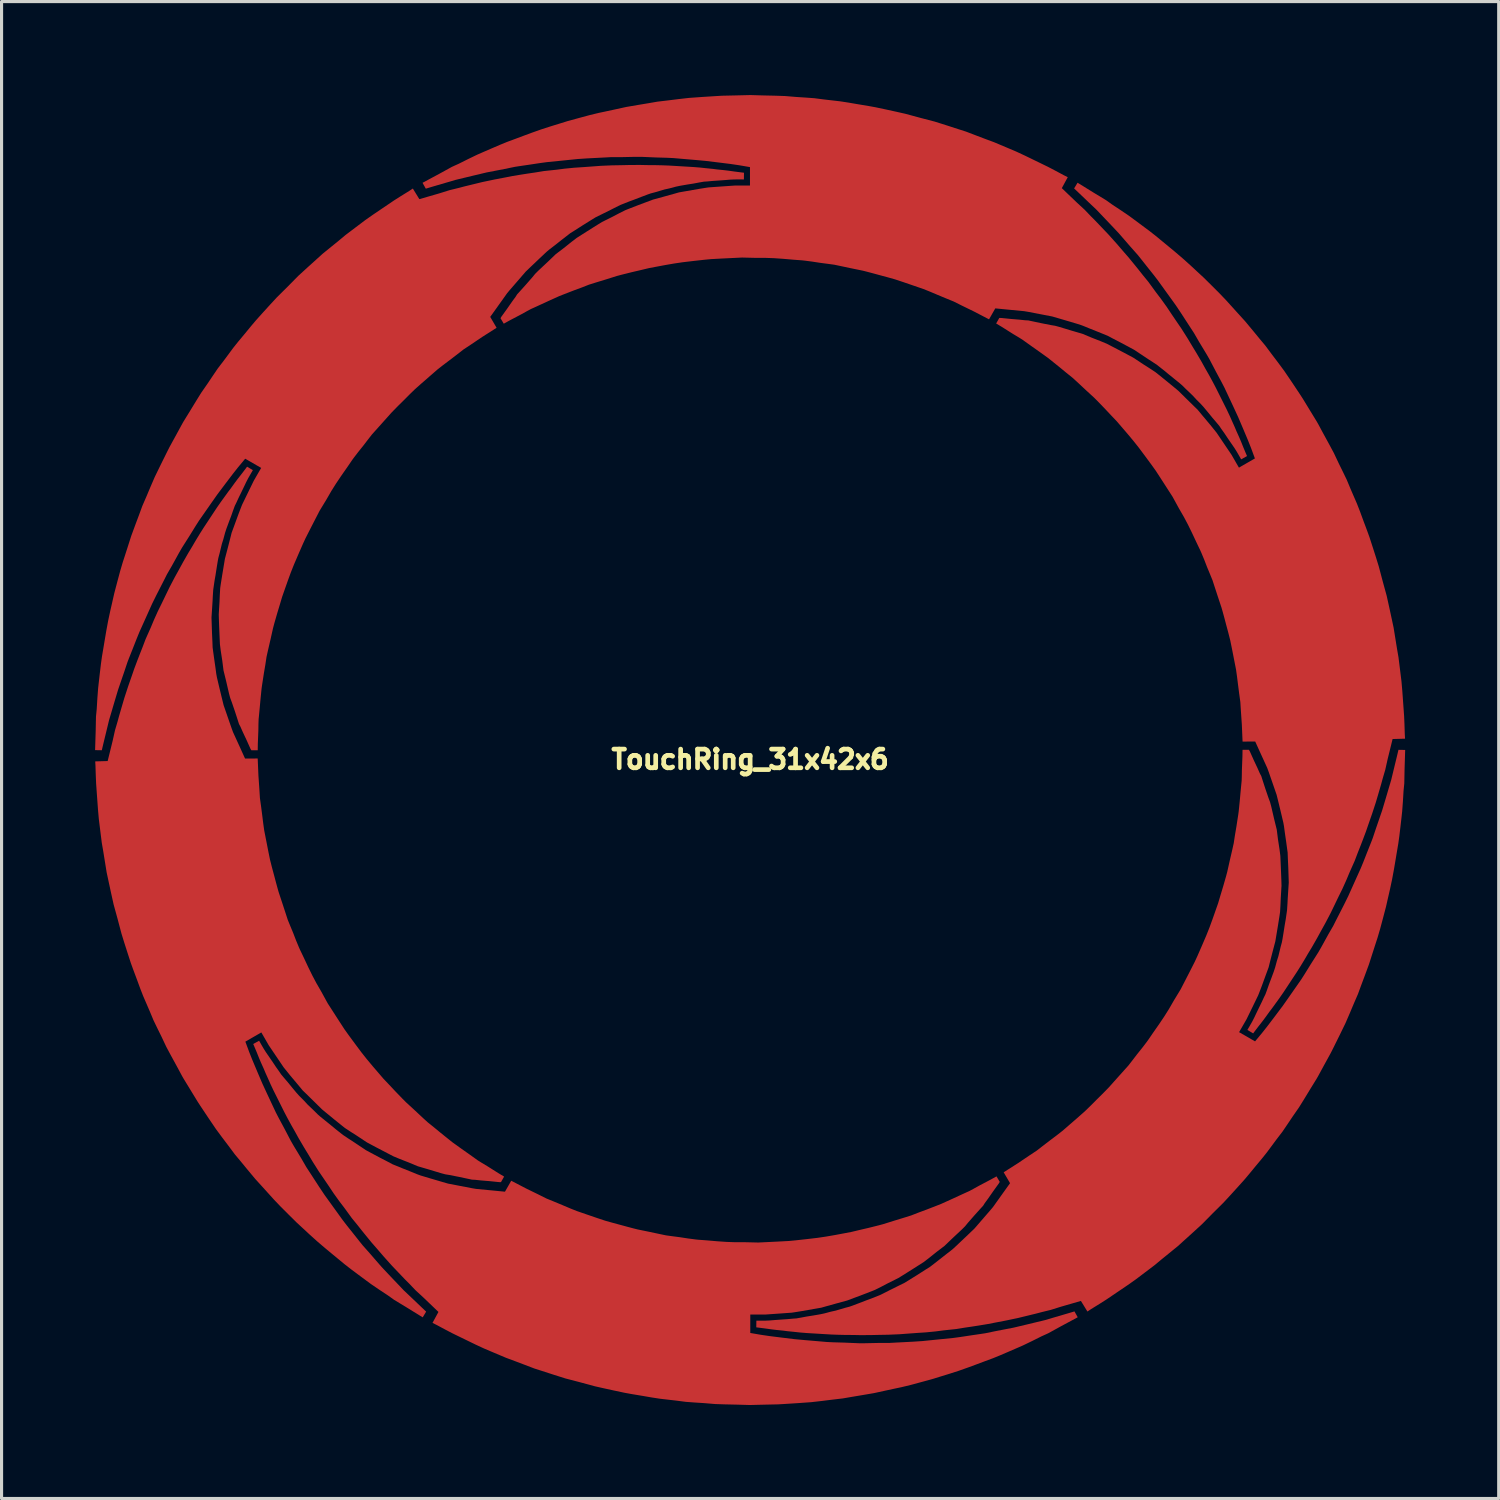
<source format=kicad_pcb>
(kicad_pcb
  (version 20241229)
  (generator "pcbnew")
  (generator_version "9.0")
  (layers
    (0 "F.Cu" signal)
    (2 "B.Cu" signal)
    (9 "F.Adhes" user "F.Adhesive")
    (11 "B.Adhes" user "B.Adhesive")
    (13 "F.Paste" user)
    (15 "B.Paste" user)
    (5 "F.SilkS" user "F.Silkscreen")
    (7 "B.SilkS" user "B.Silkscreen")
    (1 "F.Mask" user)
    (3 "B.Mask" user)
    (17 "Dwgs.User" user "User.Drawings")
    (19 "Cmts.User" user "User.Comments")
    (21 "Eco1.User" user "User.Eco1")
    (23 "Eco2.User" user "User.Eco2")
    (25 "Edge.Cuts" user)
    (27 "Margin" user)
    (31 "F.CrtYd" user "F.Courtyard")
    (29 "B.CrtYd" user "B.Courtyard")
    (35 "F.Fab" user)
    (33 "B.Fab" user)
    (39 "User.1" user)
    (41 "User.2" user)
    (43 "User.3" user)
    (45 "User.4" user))
  (footprint "TouchRing_31x42x6"
    (layer "F.Cu")
    (at 21.008 21.005)
    (property "Reference" "TouchRing_31x42x6" (at 0 0.3 0) (layer "F.SilkS") (effects (font (size 0.6 0.6) (thickness 0.15))))
    (attr through_hole)
    (pad "1" smd custom (at 4.49 -19.94) (size 1 1) (layers "F.Cu") (options (anchor circle)) (primitives (gr_poly (pts (xy -14.99 1.75) (xy -14.45 1.46) (xy -14.05 1.24) (xy -13.83 1.14) (xy -13.53 0.99) (xy -13.24 0.85) (xy -13.08 0.78) (xy -12.78 0.65) (xy -12.5 0.53) (xy -12.28 0.44) (xy -12.01 0.34) (xy -11.77 0.25) (xy -11.5 0.15) (xy -11.19 0.04) (xy -10.88 -0.06) (xy -10.62 -0.14) (xy -10.33 -0.23) (xy -10 -0.32) (xy -9.63 -0.42) (xy -9.34 -0.49) (xy -9.15 -0.53) (xy -8.78 -0.61) (xy -8.46 -0.68) (xy -8.05 -0.75) (xy -7.75 -0.8) (xy -7.46 -0.85) (xy -7.12 -0.89) (xy -6.8 -0.93) (xy -6.45 -0.97) (xy -6.03 -1) (xy -5.56 -1.03) (xy -5.39 -1.04) (xy -4.94 -1.05) (xy -4.53 -1.06) (xy -4.44 -1.06) (xy -4.1 -1.05) (xy -3.66 -1.04) (xy -3.37 -1.03) (xy -3.01 -1) (xy -2.7 -0.98) (xy -2.43 -0.96) (xy -2.12 -0.92) (xy -1.6 -0.86) (xy -1.34 -0.82) (xy -1.05 -0.77) (xy -0.69 -0.71) (xy -0.47 -0.67) (xy -0.14 -0.6) (xy 0.18 -0.53) (xy 0.49 -0.46) (xy 0.97 -0.33) (xy 1.43 -0.21) (xy 1.81 -0.09) (xy 2.18 0.03) (xy 2.43 0.11) (xy 2.77 0.24) (xy 3.06 0.35) (xy 3.33 0.45) (xy 3.71 0.61) (xy 4.04 0.75) (xy 4.32 0.88) (xy 4.67 1.05) (xy 5.06 1.24) (xy 5.29 1.36) (xy 5.57 1.51) (xy 5.69 1.57) (xy 5.5 1.92) (xy 5.98 2.38) (xy 6.24 2.62) (xy 6.44 2.83) (xy 6.57 2.96) (xy 6.78 3.18) (xy 6.99 3.4) (xy 7.25 3.69) (xy 7.5 3.98) (xy 7.64 4.14) (xy 7.82 4.36) (xy 7.95 4.52) (xy 8.1 4.71) (xy 8.28 4.93) (xy 8.52 5.26) (xy 8.68 5.47) (xy 8.86 5.72) (xy 9.02 5.96) (xy 9.19 6.21) (xy 9.34 6.43) (xy 9.53 6.73) (xy 9.68 6.98) (xy 9.82 7.21) (xy 9.99 7.5) (xy 10.1 7.7) (xy 10.22 7.91) (xy 10.34 8.13) (xy 10.44 8.32) (xy 10.56 8.56) (xy 10.67 8.78) (xy 10.79 9.02) (xy 10.88 9.21) (xy 10.96 9.39) (xy 11.05 9.59) (xy 11.1 9.71) (xy 11.19 9.91) (xy 11.25 10.05) (xy 11.33 10.25) (xy 11.41 10.44) (xy 11.44 10.51) (xy 11.26 10.61) (xy 11.18 10.47) (xy 11.11 10.35) (xy 11.04 10.24) (xy 10.95 10.11) (xy 10.82 9.92) (xy 10.72 9.77) (xy 10.62 9.63) (xy 10.56 9.54) (xy 10.46 9.42) (xy 10.34 9.28) (xy 10.21 9.12) (xy 10.06 8.94) (xy 9.97 8.84) (xy 9.82 8.69) (xy 9.71 8.57) (xy 9.48 8.35) (xy 9.38 8.25) (xy 9.3 8.18) (xy 9.14 8.05) (xy 8.93 7.88) (xy 8.81 7.78) (xy 8.62 7.63) (xy 8.57 7.59) (xy 8.39 7.47) (xy 8.28 7.4) (xy 8.07 7.26) (xy 7.83 7.1) (xy 7.7 7.03) (xy 7.4 6.87) (xy 7.13 6.73) (xy 6.98 6.65) (xy 6.66 6.52) (xy 6.36 6.4) (xy 6.19 6.33) (xy 6.08 6.29) (xy 5.78 6.2) (xy 5.44 6.1) (xy 5.2 6.03) (xy 4.68 5.93) (xy 4.42 5.88) (xy 4.3 5.86) (xy 3.78 5.81) (xy 3.37 5.77) (xy 3.17 6.12) (xy 2.69 5.87) (xy 2.3 5.68) (xy 2.04 5.55) (xy 1.77 5.44) (xy 1.53 5.34) (xy 1.27 5.23) (xy 1.07 5.15) (xy 0.78 5.05) (xy 0.43 4.93) (xy 0.16 4.84) (xy -0.09 4.77) (xy -0.35 4.7) (xy -0.57 4.64) (xy -0.76 4.59) (xy -0.88 4.56) (xy -1.27 4.48) (xy -1.6 4.41) (xy -1.79 4.37) (xy -2.01 4.34) (xy -2.24 4.31) (xy -2.5 4.27) (xy -2.73 4.24) (xy -2.82 4.23) (xy -3.09 4.21) (xy -3.44 4.18) (xy -3.73 4.16) (xy -4.01 4.15) (xy -4.33 4.15) (xy -4.75 4.14) (xy -5.37 4.17) (xy -5.74 4.19) (xy -5.95 4.21) (xy -6.31 4.25) (xy -6.65 4.29) (xy -6.92 4.33) (xy -7.21 4.38) (xy -7.53 4.44) (xy -7.74 4.48) (xy -7.99 4.54) (xy -8.29 4.61) (xy -8.61 4.69) (xy -8.76 4.73) (xy -9.11 4.84) (xy -9.47 4.95) (xy -9.66 5.01) (xy -9.89 5.1) (xy -10.16 5.2) (xy -10.52 5.34) (xy -10.62 5.38) (xy -10.93 5.52) (xy -11.19 5.64) (xy -11.43 5.75) (xy -11.52 5.79) (xy -11.65 5.86) (xy -11.83 5.96) (xy -12.21 6.16) (xy -12.39 6.26) (xy -12.49 6.09) (xy -12.46 6.04) (xy -12.28 5.79) (xy -12.12 5.56) (xy -12.01 5.41) (xy -11.96 5.33) (xy -11.86 5.22) (xy -11.68 5.02) (xy -11.47 4.78) (xy -11.38 4.67) (xy -11.28 4.57) (xy -10.97 4.28) (xy -10.72 4.04) (xy -10.47 3.85) (xy -10.22 3.65) (xy -10.05 3.52) (xy -9.72 3.31) (xy -9.53 3.19) (xy -9.37 3.09) (xy -9.24 3.01) (xy -9.06 2.92) (xy -8.88 2.83) (xy -8.69 2.73) (xy -8.49 2.63) (xy -8.39 2.59) (xy -8.08 2.47) (xy -7.68 2.32) (xy -7.6 2.29) (xy -7.27 2.2) (xy -6.91 2.1) (xy -6.77 2.06) (xy -6.54 2.02) (xy -6.14 1.95) (xy -5.89 1.91) (xy -5.82 1.9) (xy -5.4 1.87) (xy -4.97 1.84) (xy -4.69 1.84) (xy -4.49 1.84) (xy -4.49 1.24) (xy -4.84 1.18) (xy -5.11 1.14) (xy -5.51 1.09) (xy -5.92 1.04) (xy -6.25 1.01) (xy -6.72 0.97) (xy -6.95 0.95) (xy -7.16 0.94) (xy -7.51 0.93) (xy -7.98 0.91) (xy -8.17 0.91) (xy -8.64 0.92) (xy -8.96 0.92) (xy -9.14 0.93) (xy -9.72 0.96) (xy -10.02 0.98) (xy -10.61 1.04) (xy -11.01 1.08) (xy -11.23 1.11) (xy -11.56 1.16) (xy -11.9 1.21) (xy -12.03 1.23) (xy -12.37 1.3) (xy -12.68 1.36) (xy -12.94 1.41) (xy -13.36 1.51) (xy -13.65 1.58) (xy -13.94 1.65) (xy -14.28 1.75) (xy -14.69 1.87) (xy -14.89 1.93)) (width 0.01) (fill yes))))
    (pad "2" smd custom (at 18.87 -7.76) (size 1 1) (layers "F.Cu") (options (anchor circle)) (primitives (gr_poly (pts (xy -8.367 -10.428) (xy -7.846 -10.106) (xy -7.455 -9.869) (xy -7.259 -9.729) (xy -6.979 -9.544) (xy -6.713 -9.363) (xy -6.572 -9.259) (xy -6.309 -9.064) (xy -6.065 -8.882) (xy -5.878 -8.736) (xy -5.656 -8.553) (xy -5.458 -8.39) (xy -5.236 -8.206) (xy -4.986 -7.992) (xy -4.744 -7.774) (xy -4.545 -7.589) (xy -4.322 -7.383) (xy -4.079 -7.142) (xy -3.808 -6.871) (xy -3.602 -6.655) (xy -3.472 -6.511) (xy -3.218 -6.23) (xy -2.998 -5.988) (xy -2.732 -5.668) (xy -2.539 -5.433) (xy -2.35 -5.207) (xy -2.146 -4.933) (xy -1.951 -4.676) (xy -1.741 -4.392) (xy -1.505 -4.044) (xy -1.244 -3.652) (xy -1.151 -3.509) (xy -0.917 -3.125) (xy -0.703 -2.775) (xy -0.658 -2.697) (xy -0.497 -2.397) (xy -0.286 -2.011) (xy -0.149 -1.755) (xy 0.005 -1.428) (xy 0.142 -1.15) (xy 0.26 -0.906) (xy 0.38 -0.618) (xy 0.588 -0.137) (xy 0.684 0.108) (xy 0.785 0.384) (xy 0.913 0.726) (xy 0.989 0.936) (xy 1.093 1.257) (xy 1.193 1.569) (xy 1.287 1.873) (xy 1.414 2.353) (xy 1.54 2.812) (xy 1.626 3.201) (xy 1.708 3.581) (xy 1.763 3.838) (xy 1.821 4.197) (xy 1.87 4.503) (xy 1.919 4.787) (xy 1.97 5.196) (xy 2.014 5.552) (xy 2.041 5.86) (xy 2.069 6.248) (xy 2.1 6.681) (xy 2.111 6.94) (xy 2.121 7.257) (xy 2.129 7.391) (xy 1.731 7.402) (xy 1.572 8.047) (xy 1.495 8.392) (xy 1.413 8.671) (xy 1.365 8.848) (xy 1.28 9.14) (xy 1.194 9.432) (xy 1.073 9.802) (xy 0.947 10.164) (xy 0.878 10.365) (xy 0.778 10.631) (xy 0.704 10.823) (xy 0.615 11.048) (xy 0.514 11.314) (xy 0.348 11.687) (xy 0.246 11.931) (xy 0.12 12.211) (xy -0.008 12.47) (xy -0.139 12.742) (xy -0.255 12.982) (xy -0.42 13.297) (xy -0.561 13.552) (xy -0.69 13.788) (xy -0.857 14.08) (xy -0.975 14.275) (xy -1.097 14.484) (xy -1.227 14.698) (xy -1.342 14.88) (xy -1.49 15.104) (xy -1.625 15.309) (xy -1.773 15.533) (xy -1.893 15.706) (xy -2.008 15.865) (xy -2.137 16.043) (xy -2.216 16.146) (xy -2.344 16.324) (xy -2.435 16.446) (xy -2.568 16.616) (xy -2.693 16.78) (xy -2.738 16.841) (xy -2.915 16.735) (xy -2.834 16.596) (xy -2.765 16.475) (xy -2.705 16.359) (xy -2.637 16.216) (xy -2.537 16.009) (xy -2.458 15.847) (xy -2.386 15.691) (xy -2.338 15.594) (xy -2.284 15.447) (xy -2.223 15.273) (xy -2.15 15.081) (xy -2.069 14.861) (xy -2.027 14.733) (xy -1.972 14.528) (xy -1.923 14.373) (xy -1.848 14.063) (xy -1.811 13.927) (xy -1.791 13.822) (xy -1.758 13.619) (xy -1.716 13.352) (xy -1.689 13.198) (xy -1.654 12.959) (xy -1.645 12.895) (xy -1.631 12.679) (xy -1.625 12.549) (xy -1.609 12.297) (xy -1.59 12.009) (xy -1.595 11.862) (xy -1.606 11.522) (xy -1.62 11.218) (xy -1.626 11.048) (xy -1.673 10.706) (xy -1.719 10.386) (xy -1.743 10.204) (xy -1.764 10.089) (xy -1.836 9.784) (xy -1.919 9.44) (xy -1.979 9.197) (xy -2.152 8.696) (xy -2.239 8.446) (xy -2.281 8.332) (xy -2.498 7.857) (xy -2.668 7.482) (xy -3.072 7.484) (xy -3.095 6.943) (xy -3.125 6.51) (xy -3.143 6.22) (xy -3.183 5.931) (xy -3.216 5.673) (xy -3.251 5.393) (xy -3.281 5.18) (xy -3.34 4.879) (xy -3.411 4.516) (xy -3.468 4.237) (xy -3.532 3.986) (xy -3.602 3.725) (xy -3.66 3.505) (xy -3.712 3.315) (xy -3.746 3.196) (xy -3.871 2.819) (xy -3.976 2.498) (xy -4.036 2.313) (xy -4.12 2.108) (xy -4.209 1.894) (xy -4.304 1.648) (xy -4.393 1.434) (xy -4.43 1.351) (xy -4.547 1.107) (xy -4.696 0.789) (xy -4.824 0.528) (xy -4.955 0.281) (xy -5.115 0.004) (xy -5.317 -0.365) (xy -5.653 -0.887) (xy -5.855 -1.198) (xy -5.977 -1.369) (xy -6.192 -1.661) (xy -6.397 -1.936) (xy -6.566 -2.149) (xy -6.755 -2.376) (xy -6.967 -2.623) (xy -7.106 -2.785) (xy -7.283 -2.971) (xy -7.494 -3.196) (xy -7.723 -3.433) (xy -7.833 -3.543) (xy -8.103 -3.791) (xy -8.378 -4.048) (xy -8.525 -4.182) (xy -8.718 -4.337) (xy -8.94 -4.52) (xy -9.241 -4.762) (xy -9.326 -4.829) (xy -9.602 -5.027) (xy -9.836 -5.192) (xy -10.051 -5.345) (xy -10.131 -5.403) (xy -10.256 -5.481) (xy -10.433 -5.587) (xy -10.796 -5.816) (xy -10.973 -5.922) (xy -10.876 -6.093) (xy -10.817 -6.092) (xy -10.511 -6.061) (xy -10.232 -6.038) (xy -10.047 -6.018) (xy -9.952 -6.014) (xy -9.807 -5.983) (xy -9.544 -5.927) (xy -9.231 -5.865) (xy -9.091 -5.842) (xy -8.954 -5.805) (xy -8.548 -5.682) (xy -8.215 -5.585) (xy -7.926 -5.464) (xy -7.627 -5.347) (xy -7.43 -5.265) (xy -7.083 -5.084) (xy -6.884 -4.98) (xy -6.717 -4.891) (xy -6.583 -4.819) (xy -6.415 -4.708) (xy -6.247 -4.597) (xy -6.066 -4.482) (xy -5.879 -4.359) (xy -5.794 -4.292) (xy -5.536 -4.084) (xy -5.206 -3.813) (xy -5.14 -3.758) (xy -4.897 -3.518) (xy -4.63 -3.256) (xy -4.525 -3.155) (xy -4.376 -2.975) (xy -4.115 -2.664) (xy -3.956 -2.467) (xy -3.912 -2.412) (xy -3.676 -2.063) (xy -3.435 -1.706) (xy -3.295 -1.463) (xy -3.195 -1.29) (xy -2.675 -1.59) (xy -2.798 -1.923) (xy -2.899 -2.177) (xy -3.055 -2.548) (xy -3.217 -2.928) (xy -3.356 -3.229) (xy -3.556 -3.656) (xy -3.654 -3.865) (xy -3.751 -4.052) (xy -3.917 -4.36) (xy -4.135 -4.777) (xy -4.23 -4.942) (xy -4.473 -5.344) (xy -4.633 -5.621) (xy -4.732 -5.772) (xy -5.048 -6.259) (xy -5.215 -6.509) (xy -5.562 -6.99) (xy -5.797 -7.316) (xy -5.933 -7.492) (xy -6.141 -7.753) (xy -6.354 -8.022) (xy -6.437 -8.125) (xy -6.667 -8.384) (xy -6.874 -8.623) (xy -7.048 -8.823) (xy -7.344 -9.137) (xy -7.55 -9.353) (xy -7.755 -9.569) (xy -8.012 -9.813) (xy -8.321 -10.108) (xy -8.473 -10.252)) (width 0.01) (fill yes))))
    (pad "3" smd custom (at 14.97 13.73) (size 1 1) (layers "F.Cu") (options (anchor circle)) (primitives (gr_poly (pts (xy 6.033 -13.728) (xy 6.014 -13.116) (xy 6.005 -12.659) (xy 5.981 -12.419) (xy 5.961 -12.084) (xy 5.937 -11.763) (xy 5.918 -11.589) (xy 5.881 -11.264) (xy 5.845 -10.962) (xy 5.812 -10.726) (xy 5.764 -10.443) (xy 5.722 -10.19) (xy 5.674 -9.906) (xy 5.614 -9.582) (xy 5.546 -9.264) (xy 5.485 -8.999) (xy 5.418 -8.703) (xy 5.331 -8.372) (xy 5.232 -8.001) (xy 5.148 -7.715) (xy 5.088 -7.531) (xy 4.972 -7.17) (xy 4.872 -6.858) (xy 4.728 -6.468) (xy 4.621 -6.183) (xy 4.52 -5.907) (xy 4.384 -5.593) (xy 4.259 -5.296) (xy 4.119 -4.972) (xy 3.935 -4.594) (xy 3.726 -4.172) (xy 3.649 -4.019) (xy 3.433 -3.625) (xy 3.237 -3.265) (xy 3.192 -3.187) (xy 3.013 -2.897) (xy 2.784 -2.521) (xy 2.631 -2.275) (xy 2.425 -1.978) (xy 2.252 -1.72) (xy 2.1 -1.496) (xy 1.91 -1.248) (xy 1.598 -0.827) (xy 1.434 -0.622) (xy 1.245 -0.396) (xy 1.013 -0.114) (xy 0.869 0.056) (xy 0.643 0.307) (xy 0.423 0.549) (xy 0.207 0.783) (xy -0.146 1.133) (xy -0.48 1.472) (xy -0.774 1.741) (xy -1.062 2.001) (xy -1.257 2.178) (xy -1.539 2.407) (xy -1.78 2.603) (xy -2.001 2.787) (xy -2.33 3.036) (xy -2.616 3.252) (xy -2.869 3.43) (xy -3.191 3.648) (xy -3.55 3.891) (xy -3.769 4.03) (xy -4.039 4.197) (xy -4.151 4.271) (xy -4.359 3.932) (xy -4.998 4.117) (xy -5.335 4.222) (xy -5.617 4.291) (xy -5.795 4.338) (xy -6.09 4.41) (xy -6.386 4.482) (xy -6.767 4.562) (xy -7.143 4.634) (xy -7.352 4.675) (xy -7.632 4.721) (xy -7.836 4.753) (xy -8.075 4.788) (xy -8.356 4.834) (xy -8.762 4.877) (xy -9.024 4.911) (xy -9.33 4.941) (xy -9.618 4.96) (xy -9.919 4.982) (xy -10.185 5.002) (xy -10.54 5.017) (xy -10.831 5.022) (xy -11.1 5.028) (xy -11.437 5.03) (xy -11.665 5.025) (xy -11.907 5.024) (xy -12.157 5.018) (xy -12.372 5.01) (xy -12.64 4.994) (xy -12.885 4.979) (xy -13.153 4.963) (xy -13.363 4.946) (xy -13.558 4.925) (xy -13.777 4.903) (xy -13.906 4.886) (xy -14.124 4.864) (xy -14.275 4.846) (xy -14.488 4.816) (xy -14.693 4.79) (xy -14.768 4.781) (xy -14.765 4.575) (xy -14.604 4.576) (xy -14.465 4.575) (xy -14.335 4.569) (xy -14.177 4.556) (xy -13.947 4.539) (xy -13.768 4.527) (xy -13.596 4.511) (xy -13.488 4.504) (xy -13.334 4.477) (xy -13.153 4.443) (xy -12.95 4.411) (xy -12.719 4.371) (xy -12.587 4.343) (xy -12.382 4.288) (xy -12.223 4.253) (xy -11.918 4.163) (xy -11.781 4.127) (xy -11.681 4.092) (xy -11.488 4.019) (xy -11.236 3.922) (xy -11.089 3.868) (xy -10.864 3.779) (xy -10.805 3.755) (xy -10.611 3.659) (xy -10.495 3.599) (xy -10.269 3.487) (xy -10.01 3.359) (xy -9.885 3.282) (xy -9.596 3.102) (xy -9.34 2.938) (xy -9.196 2.848) (xy -8.923 2.636) (xy -8.669 2.436) (xy -8.523 2.324) (xy -8.434 2.249) (xy -8.206 2.034) (xy -7.949 1.79) (xy -7.769 1.617) (xy -7.422 1.216) (xy -7.249 1.016) (xy -7.171 0.922) (xy -6.868 0.497) (xy -6.628 0.162) (xy -6.832 -0.186) (xy -6.375 -0.477) (xy -6.015 -0.72) (xy -5.773 -0.88) (xy -5.543 -1.059) (xy -5.336 -1.217) (xy -5.111 -1.387) (xy -4.941 -1.52) (xy -4.71 -1.721) (xy -4.431 -1.964) (xy -4.218 -2.153) (xy -4.032 -2.334) (xy -3.842 -2.525) (xy -3.68 -2.685) (xy -3.542 -2.825) (xy -3.456 -2.914) (xy -3.191 -3.211) (xy -2.966 -3.462) (xy -2.836 -3.607) (xy -2.7 -3.782) (xy -2.559 -3.966) (xy -2.394 -4.172) (xy -2.253 -4.356) (xy -2.2 -4.429) (xy -2.047 -4.653) (xy -1.846 -4.941) (xy -1.684 -5.182) (xy -1.535 -5.419) (xy -1.375 -5.696) (xy -1.157 -6.055) (xy -0.873 -6.607) (xy -0.705 -6.938) (xy -0.617 -7.129) (xy -0.472 -7.461) (xy -0.337 -7.776) (xy -0.236 -8.029) (xy -0.135 -8.306) (xy -0.027 -8.613) (xy 0.044 -8.815) (xy 0.117 -9.061) (xy 0.206 -9.356) (xy 0.297 -9.673) (xy 0.337 -9.823) (xy 0.417 -10.181) (xy 0.502 -10.548) (xy 0.545 -10.742) (xy 0.582 -10.987) (xy 0.63 -11.27) (xy 0.689 -11.652) (xy 0.704 -11.759) (xy 0.738 -12.097) (xy 0.764 -12.382) (xy 0.789 -12.645) (xy 0.799 -12.743) (xy 0.804 -12.891) (xy 0.807 -13.097) (xy 0.824 -13.526) (xy 0.827 -13.732) (xy 1.024 -13.733) (xy 1.053 -13.682) (xy 1.179 -13.401) (xy 1.298 -13.148) (xy 1.373 -12.978) (xy 1.418 -12.894) (xy 1.463 -12.753) (xy 1.546 -12.497) (xy 1.649 -12.195) (xy 1.699 -12.062) (xy 1.736 -11.925) (xy 1.832 -11.512) (xy 1.915 -11.175) (xy 1.954 -10.864) (xy 2.003 -10.547) (xy 2.03 -10.335) (xy 2.047 -9.944) (xy 2.056 -9.72) (xy 2.063 -9.531) (xy 2.067 -9.379) (xy 2.055 -9.178) (xy 2.043 -8.977) (xy 2.034 -8.762) (xy 2.021 -8.539) (xy 2.006 -8.432) (xy 1.954 -8.104) (xy 1.884 -7.683) (xy 1.87 -7.598) (xy 1.783 -7.268) (xy 1.69 -6.906) (xy 1.655 -6.765) (xy 1.574 -6.545) (xy 1.435 -6.164) (xy 1.344 -5.927) (xy 1.318 -5.862) (xy 1.134 -5.483) (xy 0.945 -5.096) (xy 0.805 -4.853) (xy 0.705 -4.68) (xy 1.225 -4.38) (xy 1.452 -4.653) (xy 1.621 -4.867) (xy 1.865 -5.188) (xy 2.113 -5.518) (xy 2.304 -5.789) (xy 2.574 -6.176) (xy 2.706 -6.365) (xy 2.819 -6.542) (xy 3.003 -6.84) (xy 3.255 -7.237) (xy 3.35 -7.402) (xy 3.577 -7.814) (xy 3.737 -8.091) (xy 3.818 -8.252) (xy 4.082 -8.769) (xy 4.215 -9.039) (xy 4.458 -9.58) (xy 4.623 -9.946) (xy 4.707 -10.152) (xy 4.829 -10.463) (xy 4.956 -10.782) (xy 5.003 -10.905) (xy 5.113 -11.234) (xy 5.216 -11.533) (xy 5.302 -11.783) (xy 5.426 -12.197) (xy 5.51 -12.483) (xy 5.595 -12.769) (xy 5.678 -13.113) (xy 5.779 -13.528) (xy 5.827 -13.732)) (width 0.01) (fill yes))))
    (pad "4" smd custom (at -5.19 19.74) (size 1 1) (layers "F.Cu") (options (anchor circle)) (primitives (gr_poly (pts (xy 15.69 -1.55) (xy 15.15 -1.26) (xy 14.75 -1.04) (xy 14.53 -0.94) (xy 14.23 -0.79) (xy 13.94 -0.65) (xy 13.78 -0.58) (xy 13.48 -0.45) (xy 13.2 -0.33) (xy 12.98 -0.24) (xy 12.71 -0.14) (xy 12.47 -0.05) (xy 12.2 0.05) (xy 11.89 0.16) (xy 11.58 0.26) (xy 11.32 0.34) (xy 11.03 0.43) (xy 10.7 0.52) (xy 10.33 0.62) (xy 10.04 0.69) (xy 9.85 0.73) (xy 9.48 0.81) (xy 9.16 0.88) (xy 8.75 0.95) (xy 8.45 1) (xy 8.16 1.05) (xy 7.82 1.09) (xy 7.5 1.13) (xy 7.15 1.17) (xy 6.73 1.2) (xy 6.26 1.23) (xy 6.09 1.24) (xy 5.64 1.25) (xy 5.23 1.26) (xy 5.14 1.26) (xy 4.8 1.25) (xy 4.36 1.24) (xy 4.07 1.23) (xy 3.71 1.2) (xy 3.4 1.18) (xy 3.13 1.16) (xy 2.82 1.12) (xy 2.3 1.06) (xy 2.04 1.02) (xy 1.75 0.97) (xy 1.39 0.91) (xy 1.17 0.87) (xy 0.84 0.8) (xy 0.52 0.73) (xy 0.21 0.66) (xy -0.27 0.53) (xy -0.73 0.41) (xy -1.11 0.29) (xy -1.48 0.17) (xy -1.73 0.09) (xy -2.07 -0.04) (xy -2.36 -0.15) (xy -2.63 -0.25) (xy -3.01 -0.41) (xy -3.34 -0.55) (xy -3.62 -0.68) (xy -3.97 -0.85) (xy -4.36 -1.04) (xy -4.59 -1.16) (xy -4.87 -1.31) (xy -4.99 -1.37) (xy -4.8 -1.72) (xy -5.28 -2.18) (xy -5.54 -2.42) (xy -5.74 -2.63) (xy -5.87 -2.76) (xy -6.08 -2.98) (xy -6.29 -3.2) (xy -6.55 -3.49) (xy -6.8 -3.78) (xy -6.94 -3.94) (xy -7.12 -4.16) (xy -7.25 -4.32) (xy -7.4 -4.51) (xy -7.58 -4.73) (xy -7.82 -5.06) (xy -7.98 -5.27) (xy -8.16 -5.52) (xy -8.32 -5.76) (xy -8.49 -6.01) (xy -8.64 -6.23) (xy -8.83 -6.53) (xy -8.98 -6.78) (xy -9.12 -7.01) (xy -9.29 -7.3) (xy -9.4 -7.5) (xy -9.52 -7.71) (xy -9.64 -7.93) (xy -9.74 -8.12) (xy -9.86 -8.36) (xy -9.97 -8.58) (xy -10.09 -8.82) (xy -10.18 -9.01) (xy -10.26 -9.19) (xy -10.35 -9.39) (xy -10.4 -9.51) (xy -10.49 -9.71) (xy -10.55 -9.85) (xy -10.63 -10.05) (xy -10.71 -10.24) (xy -10.74 -10.31) (xy -10.56 -10.41) (xy -10.48 -10.27) (xy -10.41 -10.15) (xy -10.34 -10.04) (xy -10.25 -9.91) (xy -10.12 -9.72) (xy -10.02 -9.57) (xy -9.92 -9.43) (xy -9.86 -9.34) (xy -9.76 -9.22) (xy -9.64 -9.08) (xy -9.51 -8.92) (xy -9.36 -8.74) (xy -9.27 -8.64) (xy -9.12 -8.49) (xy -9.01 -8.37) (xy -8.78 -8.15) (xy -8.68 -8.05) (xy -8.6 -7.98) (xy -8.44 -7.85) (xy -8.23 -7.68) (xy -8.11 -7.58) (xy -7.92 -7.43) (xy -7.87 -7.39) (xy -7.69 -7.27) (xy -7.58 -7.2) (xy -7.37 -7.06) (xy -7.13 -6.9) (xy -7 -6.83) (xy -6.7 -6.67) (xy -6.43 -6.53) (xy -6.28 -6.45) (xy -5.96 -6.32) (xy -5.66 -6.2) (xy -5.49 -6.13) (xy -5.38 -6.09) (xy -5.08 -6) (xy -4.74 -5.9) (xy -4.5 -5.83) (xy -3.98 -5.73) (xy -3.72 -5.68) (xy -3.6 -5.66) (xy -3.08 -5.61) (xy -2.67 -5.57) (xy -2.47 -5.92) (xy -1.99 -5.67) (xy -1.6 -5.48) (xy -1.34 -5.35) (xy -1.07 -5.24) (xy -0.83 -5.14) (xy -0.57 -5.03) (xy -0.37 -4.95) (xy -0.08 -4.85) (xy 0.27 -4.73) (xy 0.54 -4.64) (xy 0.79 -4.57) (xy 1.05 -4.5) (xy 1.27 -4.44) (xy 1.46 -4.39) (xy 1.58 -4.36) (xy 1.97 -4.28) (xy 2.3 -4.21) (xy 2.49 -4.17) (xy 2.71 -4.14) (xy 2.94 -4.11) (xy 3.2 -4.07) (xy 3.43 -4.04) (xy 3.52 -4.03) (xy 3.79 -4.01) (xy 4.14 -3.98) (xy 4.43 -3.96) (xy 4.71 -3.95) (xy 5.03 -3.95) (xy 5.45 -3.94) (xy 6.07 -3.97) (xy 6.44 -3.99) (xy 6.65 -4.01) (xy 7.01 -4.05) (xy 7.35 -4.09) (xy 7.62 -4.13) (xy 7.91 -4.18) (xy 8.23 -4.24) (xy 8.44 -4.28) (xy 8.69 -4.34) (xy 8.99 -4.41) (xy 9.31 -4.49) (xy 9.46 -4.53) (xy 9.81 -4.64) (xy 10.17 -4.75) (xy 10.36 -4.81) (xy 10.59 -4.9) (xy 10.86 -5) (xy 11.22 -5.14) (xy 11.32 -5.18) (xy 11.63 -5.32) (xy 11.89 -5.44) (xy 12.13 -5.55) (xy 12.22 -5.59) (xy 12.35 -5.66) (xy 12.53 -5.76) (xy 12.91 -5.96) (xy 13.09 -6.06) (xy 13.19 -5.89) (xy 13.16 -5.84) (xy 12.98 -5.59) (xy 12.82 -5.36) (xy 12.71 -5.21) (xy 12.66 -5.13) (xy 12.56 -5.02) (xy 12.38 -4.82) (xy 12.17 -4.58) (xy 12.08 -4.47) (xy 11.98 -4.37) (xy 11.67 -4.08) (xy 11.42 -3.84) (xy 11.17 -3.65) (xy 10.92 -3.45) (xy 10.75 -3.32) (xy 10.42 -3.11) (xy 10.23 -2.99) (xy 10.07 -2.89) (xy 9.94 -2.81) (xy 9.76 -2.72) (xy 9.58 -2.63) (xy 9.39 -2.53) (xy 9.19 -2.43) (xy 9.09 -2.39) (xy 8.78 -2.27) (xy 8.38 -2.12) (xy 8.3 -2.09) (xy 7.97 -2) (xy 7.61 -1.9) (xy 7.47 -1.86) (xy 7.24 -1.82) (xy 6.84 -1.75) (xy 6.59 -1.71) (xy 6.52 -1.7) (xy 6.1 -1.67) (xy 5.67 -1.64) (xy 5.39 -1.64) (xy 5.19 -1.64) (xy 5.19 -1.04) (xy 5.54 -0.98) (xy 5.81 -0.94) (xy 6.21 -0.89) (xy 6.62 -0.84) (xy 6.95 -0.81) (xy 7.42 -0.77) (xy 7.65 -0.75) (xy 7.86 -0.74) (xy 8.21 -0.73) (xy 8.68 -0.71) (xy 8.87 -0.71) (xy 9.34 -0.72) (xy 9.66 -0.72) (xy 9.84 -0.73) (xy 10.42 -0.76) (xy 10.72 -0.78) (xy 11.31 -0.84) (xy 11.71 -0.88) (xy 11.93 -0.91) (xy 12.26 -0.96) (xy 12.6 -1.01) (xy 12.73 -1.03) (xy 13.07 -1.1) (xy 13.38 -1.16) (xy 13.64 -1.21) (xy 14.06 -1.31) (xy 14.35 -1.38) (xy 14.64 -1.45) (xy 14.98 -1.55) (xy 15.39 -1.67) (xy 15.59 -1.73)) (width 0.01) (fill yes))))
    (pad "5" smd custom (at -19.65 5.67) (size 1 1) (layers "F.Cu") (options (anchor circle)) (primitives (gr_poly (pts (xy 9.147 12.518) (xy 8.626 12.196) (xy 8.235 11.959) (xy 8.039 11.819) (xy 7.759 11.634) (xy 7.493 11.453) (xy 7.352 11.349) (xy 7.089 11.154) (xy 6.845 10.972) (xy 6.658 10.826) (xy 6.436 10.643) (xy 6.238 10.48) (xy 6.016 10.296) (xy 5.766 10.082) (xy 5.524 9.864) (xy 5.325 9.679) (xy 5.102 9.473) (xy 4.859 9.232) (xy 4.588 8.961) (xy 4.382 8.745) (xy 4.252 8.601) (xy 3.998 8.32) (xy 3.778 8.078) (xy 3.512 7.758) (xy 3.319 7.523) (xy 3.13 7.297) (xy 2.926 7.023) (xy 2.731 6.766) (xy 2.521 6.482) (xy 2.285 6.134) (xy 2.024 5.742) (xy 1.931 5.599) (xy 1.697 5.215) (xy 1.483 4.865) (xy 1.438 4.787) (xy 1.277 4.487) (xy 1.066 4.101) (xy 0.929 3.845) (xy 0.775 3.518) (xy 0.638 3.24) (xy 0.52 2.996) (xy 0.4 2.708) (xy 0.192 2.227) (xy 0.096 1.982) (xy -0.005 1.706) (xy -0.133 1.364) (xy -0.209 1.154) (xy -0.313 0.833) (xy -0.413 0.521) (xy -0.507 0.217) (xy -0.634 -0.263) (xy -0.76 -0.722) (xy -0.846 -1.111) (xy -0.928 -1.491) (xy -0.983 -1.748) (xy -1.041 -2.107) (xy -1.09 -2.413) (xy -1.139 -2.697) (xy -1.19 -3.106) (xy -1.234 -3.462) (xy -1.261 -3.77) (xy -1.289 -4.158) (xy -1.32 -4.591) (xy -1.331 -4.85) (xy -1.341 -5.167) (xy -1.349 -5.301) (xy -0.951 -5.312) (xy -0.792 -5.957) (xy -0.715 -6.302) (xy -0.633 -6.581) (xy -0.585 -6.758) (xy -0.5 -7.05) (xy -0.414 -7.342) (xy -0.293 -7.712) (xy -0.167 -8.074) (xy -0.098 -8.275) (xy 0.002 -8.541) (xy 0.076 -8.733) (xy 0.165 -8.958) (xy 0.266 -9.224) (xy 0.432 -9.597) (xy 0.534 -9.841) (xy 0.66 -10.121) (xy 0.788 -10.38) (xy 0.919 -10.652) (xy 1.035 -10.892) (xy 1.2 -11.207) (xy 1.341 -11.462) (xy 1.47 -11.698) (xy 1.637 -11.99) (xy 1.755 -12.185) (xy 1.877 -12.394) (xy 2.007 -12.608) (xy 2.122 -12.79) (xy 2.27 -13.014) (xy 2.405 -13.219) (xy 2.553 -13.443) (xy 2.673 -13.616) (xy 2.788 -13.775) (xy 2.917 -13.953) (xy 2.996 -14.056) (xy 3.124 -14.234) (xy 3.215 -14.356) (xy 3.348 -14.526) (xy 3.473 -14.69) (xy 3.518 -14.751) (xy 3.695 -14.645) (xy 3.614 -14.506) (xy 3.545 -14.385) (xy 3.485 -14.269) (xy 3.417 -14.126) (xy 3.317 -13.919) (xy 3.238 -13.757) (xy 3.166 -13.601) (xy 3.118 -13.504) (xy 3.064 -13.357) (xy 3.003 -13.183) (xy 2.93 -12.991) (xy 2.849 -12.771) (xy 2.807 -12.643) (xy 2.752 -12.438) (xy 2.703 -12.283) (xy 2.628 -11.973) (xy 2.591 -11.837) (xy 2.571 -11.732) (xy 2.538 -11.529) (xy 2.496 -11.262) (xy 2.469 -11.108) (xy 2.434 -10.869) (xy 2.425 -10.805) (xy 2.411 -10.589) (xy 2.405 -10.459) (xy 2.389 -10.207) (xy 2.37 -9.919) (xy 2.375 -9.772) (xy 2.386 -9.432) (xy 2.4 -9.128) (xy 2.406 -8.958) (xy 2.453 -8.616) (xy 2.499 -8.296) (xy 2.523 -8.114) (xy 2.544 -7.999) (xy 2.616 -7.694) (xy 2.699 -7.35) (xy 2.759 -7.107) (xy 2.932 -6.606) (xy 3.019 -6.356) (xy 3.061 -6.242) (xy 3.278 -5.767) (xy 3.448 -5.392) (xy 3.852 -5.394) (xy 3.875 -4.853) (xy 3.905 -4.42) (xy 3.923 -4.13) (xy 3.963 -3.841) (xy 3.996 -3.583) (xy 4.031 -3.303) (xy 4.061 -3.09) (xy 4.12 -2.789) (xy 4.191 -2.426) (xy 4.248 -2.147) (xy 4.312 -1.896) (xy 4.382 -1.635) (xy 4.44 -1.415) (xy 4.492 -1.225) (xy 4.526 -1.106) (xy 4.651 -0.729) (xy 4.756 -0.408) (xy 4.816 -0.223) (xy 4.9 -0.018) (xy 4.989 0.196) (xy 5.084 0.442) (xy 5.173 0.656) (xy 5.21 0.739) (xy 5.327 0.983) (xy 5.476 1.301) (xy 5.604 1.562) (xy 5.735 1.809) (xy 5.895 2.086) (xy 6.097 2.455) (xy 6.433 2.977) (xy 6.635 3.288) (xy 6.757 3.459) (xy 6.972 3.751) (xy 7.177 4.026) (xy 7.346 4.239) (xy 7.535 4.466) (xy 7.747 4.713) (xy 7.886 4.875) (xy 8.063 5.061) (xy 8.274 5.286) (xy 8.503 5.523) (xy 8.613 5.633) (xy 8.883 5.881) (xy 9.158 6.138) (xy 9.305 6.272) (xy 9.498 6.427) (xy 9.72 6.61) (xy 10.021 6.852) (xy 10.106 6.919) (xy 10.382 7.117) (xy 10.616 7.282) (xy 10.831 7.435) (xy 10.911 7.493) (xy 11.036 7.571) (xy 11.213 7.677) (xy 11.576 7.906) (xy 11.753 8.012) (xy 11.656 8.183) (xy 11.597 8.182) (xy 11.291 8.151) (xy 11.012 8.128) (xy 10.827 8.108) (xy 10.732 8.104) (xy 10.587 8.073) (xy 10.324 8.017) (xy 10.011 7.955) (xy 9.871 7.932) (xy 9.734 7.895) (xy 9.328 7.772) (xy 8.995 7.675) (xy 8.706 7.554) (xy 8.407 7.437) (xy 8.21 7.355) (xy 7.863 7.174) (xy 7.664 7.07) (xy 7.497 6.981) (xy 7.363 6.909) (xy 7.195 6.798) (xy 7.027 6.687) (xy 6.846 6.572) (xy 6.659 6.449) (xy 6.574 6.382) (xy 6.316 6.174) (xy 5.986 5.903) (xy 5.92 5.848) (xy 5.677 5.608) (xy 5.41 5.346) (xy 5.305 5.245) (xy 5.156 5.065) (xy 4.895 4.754) (xy 4.736 4.557) (xy 4.692 4.502) (xy 4.456 4.153) (xy 4.215 3.796) (xy 4.075 3.553) (xy 3.975 3.38) (xy 3.455 3.68) (xy 3.578 4.013) (xy 3.679 4.267) (xy 3.835 4.638) (xy 3.997 5.018) (xy 4.136 5.319) (xy 4.336 5.746) (xy 4.434 5.955) (xy 4.531 6.142) (xy 4.697 6.45) (xy 4.915 6.867) (xy 5.01 7.032) (xy 5.253 7.434) (xy 5.413 7.711) (xy 5.512 7.862) (xy 5.828 8.349) (xy 5.995 8.599) (xy 6.342 9.08) (xy 6.577 9.406) (xy 6.713 9.582) (xy 6.921 9.843) (xy 7.134 10.112) (xy 7.217 10.215) (xy 7.447 10.474) (xy 7.654 10.713) (xy 7.828 10.913) (xy 8.124 11.227) (xy 8.33 11.443) (xy 8.535 11.659) (xy 8.792 11.903) (xy 9.101 12.198) (xy 9.253 12.342)) (width 0.01) (fill yes))))
    (pad "6" smd custom (at -15.69 -13.08) (size 1 1) (layers "F.Cu") (options (anchor circle)) (primitives (gr_poly (pts (xy -5.313 13.078) (xy -5.294 12.466) (xy -5.285 12.009) (xy -5.261 11.769) (xy -5.241 11.434) (xy -5.217 11.113) (xy -5.198 10.939) (xy -5.161 10.614) (xy -5.125 10.312) (xy -5.092 10.076) (xy -5.044 9.793) (xy -5.002 9.54) (xy -4.954 9.256) (xy -4.894 8.932) (xy -4.826 8.614) (xy -4.765 8.349) (xy -4.698 8.053) (xy -4.611 7.722) (xy -4.512 7.351) (xy -4.428 7.065) (xy -4.368 6.881) (xy -4.252 6.52) (xy -4.152 6.208) (xy -4.008 5.818) (xy -3.901 5.533) (xy -3.8 5.257) (xy -3.664 4.943) (xy -3.539 4.646) (xy -3.399 4.322) (xy -3.215 3.944) (xy -3.006 3.522) (xy -2.929 3.369) (xy -2.713 2.975) (xy -2.517 2.615) (xy -2.472 2.537) (xy -2.293 2.247) (xy -2.064 1.871) (xy -1.911 1.625) (xy -1.705 1.328) (xy -1.532 1.07) (xy -1.38 0.846) (xy -1.19 0.598) (xy -0.878 0.177) (xy -0.714 -0.028) (xy -0.525 -0.254) (xy -0.293 -0.536) (xy -0.149 -0.706) (xy 0.077 -0.957) (xy 0.297 -1.199) (xy 0.513 -1.433) (xy 0.866 -1.783) (xy 1.2 -2.122) (xy 1.494 -2.391) (xy 1.782 -2.651) (xy 1.977 -2.828) (xy 2.259 -3.057) (xy 2.5 -3.253) (xy 2.721 -3.437) (xy 3.05 -3.686) (xy 3.336 -3.902) (xy 3.589 -4.08) (xy 3.911 -4.298) (xy 4.27 -4.541) (xy 4.489 -4.68) (xy 4.759 -4.847) (xy 4.871 -4.921) (xy 5.079 -4.582) (xy 5.718 -4.767) (xy 6.055 -4.872) (xy 6.337 -4.941) (xy 6.515 -4.988) (xy 6.81 -5.06) (xy 7.106 -5.132) (xy 7.487 -5.212) (xy 7.863 -5.284) (xy 8.072 -5.325) (xy 8.352 -5.371) (xy 8.556 -5.403) (xy 8.795 -5.438) (xy 9.076 -5.484) (xy 9.482 -5.527) (xy 9.744 -5.561) (xy 10.05 -5.591) (xy 10.338 -5.61) (xy 10.639 -5.632) (xy 10.905 -5.652) (xy 11.26 -5.667) (xy 11.551 -5.672) (xy 11.82 -5.678) (xy 12.157 -5.68) (xy 12.385 -5.675) (xy 12.627 -5.674) (xy 12.877 -5.668) (xy 13.092 -5.66) (xy 13.36 -5.644) (xy 13.605 -5.629) (xy 13.873 -5.613) (xy 14.083 -5.596) (xy 14.278 -5.575) (xy 14.497 -5.553) (xy 14.626 -5.536) (xy 14.844 -5.514) (xy 14.995 -5.496) (xy 15.208 -5.466) (xy 15.413 -5.44) (xy 15.488 -5.431) (xy 15.485 -5.225) (xy 15.324 -5.226) (xy 15.185 -5.225) (xy 15.055 -5.219) (xy 14.897 -5.206) (xy 14.667 -5.189) (xy 14.488 -5.177) (xy 14.316 -5.161) (xy 14.208 -5.154) (xy 14.054 -5.127) (xy 13.873 -5.093) (xy 13.67 -5.061) (xy 13.439 -5.021) (xy 13.307 -4.993) (xy 13.102 -4.938) (xy 12.943 -4.903) (xy 12.638 -4.813) (xy 12.501 -4.777) (xy 12.401 -4.742) (xy 12.208 -4.669) (xy 11.956 -4.572) (xy 11.809 -4.518) (xy 11.584 -4.429) (xy 11.525 -4.405) (xy 11.331 -4.309) (xy 11.215 -4.249) (xy 10.989 -4.137) (xy 10.73 -4.009) (xy 10.605 -3.932) (xy 10.316 -3.752) (xy 10.06 -3.588) (xy 9.916 -3.498) (xy 9.643 -3.286) (xy 9.389 -3.086) (xy 9.243 -2.974) (xy 9.154 -2.899) (xy 8.926 -2.684) (xy 8.669 -2.44) (xy 8.489 -2.267) (xy 8.142 -1.866) (xy 7.969 -1.666) (xy 7.891 -1.572) (xy 7.588 -1.147) (xy 7.348 -0.812) (xy 7.552 -0.464) (xy 7.095 -0.173) (xy 6.735 0.07) (xy 6.493 0.23) (xy 6.263 0.409) (xy 6.056 0.567) (xy 5.831 0.737) (xy 5.661 0.87) (xy 5.43 1.071) (xy 5.151 1.314) (xy 4.938 1.503) (xy 4.752 1.684) (xy 4.562 1.875) (xy 4.4 2.035) (xy 4.262 2.175) (xy 4.176 2.264) (xy 3.911 2.561) (xy 3.686 2.812) (xy 3.556 2.957) (xy 3.42 3.132) (xy 3.279 3.316) (xy 3.114 3.522) (xy 2.973 3.706) (xy 2.92 3.779) (xy 2.767 4.003) (xy 2.566 4.291) (xy 2.404 4.532) (xy 2.255 4.769) (xy 2.095 5.046) (xy 1.877 5.405) (xy 1.593 5.957) (xy 1.425 6.288) (xy 1.337 6.479) (xy 1.192 6.811) (xy 1.057 7.126) (xy 0.956 7.379) (xy 0.855 7.656) (xy 0.747 7.963) (xy 0.676 8.165) (xy 0.603 8.411) (xy 0.514 8.706) (xy 0.423 9.023) (xy 0.383 9.173) (xy 0.303 9.531) (xy 0.218 9.898) (xy 0.175 10.092) (xy 0.138 10.337) (xy 0.09 10.62) (xy 0.031 11.002) (xy 0.016 11.109) (xy -0.018 11.447) (xy -0.044 11.732) (xy -0.069 11.995) (xy -0.079 12.093) (xy -0.084 12.241) (xy -0.087 12.447) (xy -0.104 12.876) (xy -0.107 13.082) (xy -0.304 13.083) (xy -0.333 13.032) (xy -0.459 12.751) (xy -0.578 12.498) (xy -0.653 12.328) (xy -0.698 12.244) (xy -0.743 12.103) (xy -0.826 11.847) (xy -0.929 11.545) (xy -0.979 11.412) (xy -1.016 11.275) (xy -1.112 10.862) (xy -1.195 10.525) (xy -1.234 10.214) (xy -1.283 9.897) (xy -1.31 9.685) (xy -1.327 9.294) (xy -1.336 9.07) (xy -1.343 8.881) (xy -1.347 8.729) (xy -1.335 8.528) (xy -1.323 8.327) (xy -1.314 8.112) (xy -1.301 7.889) (xy -1.286 7.782) (xy -1.234 7.454) (xy -1.164 7.033) (xy -1.15 6.948) (xy -1.063 6.618) (xy -0.97 6.256) (xy -0.935 6.115) (xy -0.854 5.895) (xy -0.715 5.514) (xy -0.624 5.277) (xy -0.598 5.212) (xy -0.414 4.833) (xy -0.225 4.446) (xy -0.085 4.203) (xy 0.015 4.03) (xy -0.505 3.73) (xy -0.732 4.003) (xy -0.901 4.217) (xy -1.145 4.538) (xy -1.393 4.868) (xy -1.584 5.139) (xy -1.854 5.526) (xy -1.986 5.715) (xy -2.099 5.892) (xy -2.283 6.19) (xy -2.535 6.587) (xy -2.63 6.752) (xy -2.857 7.164) (xy -3.017 7.441) (xy -3.098 7.602) (xy -3.362 8.119) (xy -3.495 8.389) (xy -3.738 8.93) (xy -3.903 9.296) (xy -3.987 9.502) (xy -4.109 9.813) (xy -4.236 10.132) (xy -4.283 10.255) (xy -4.393 10.584) (xy -4.496 10.883) (xy -4.582 11.133) (xy -4.706 11.547) (xy -4.79 11.833) (xy -4.875 12.119) (xy -4.958 12.463) (xy -5.059 12.878) (xy -5.107 13.082)) (width 0.01) (fill yes)))))
  (gr_rect
    (start -3 -3)
    (end 45.016 45.01)
    (stroke (width 0.1) (type default))
    (fill no)
    (layer "Edge.Cuts")))
</source>
